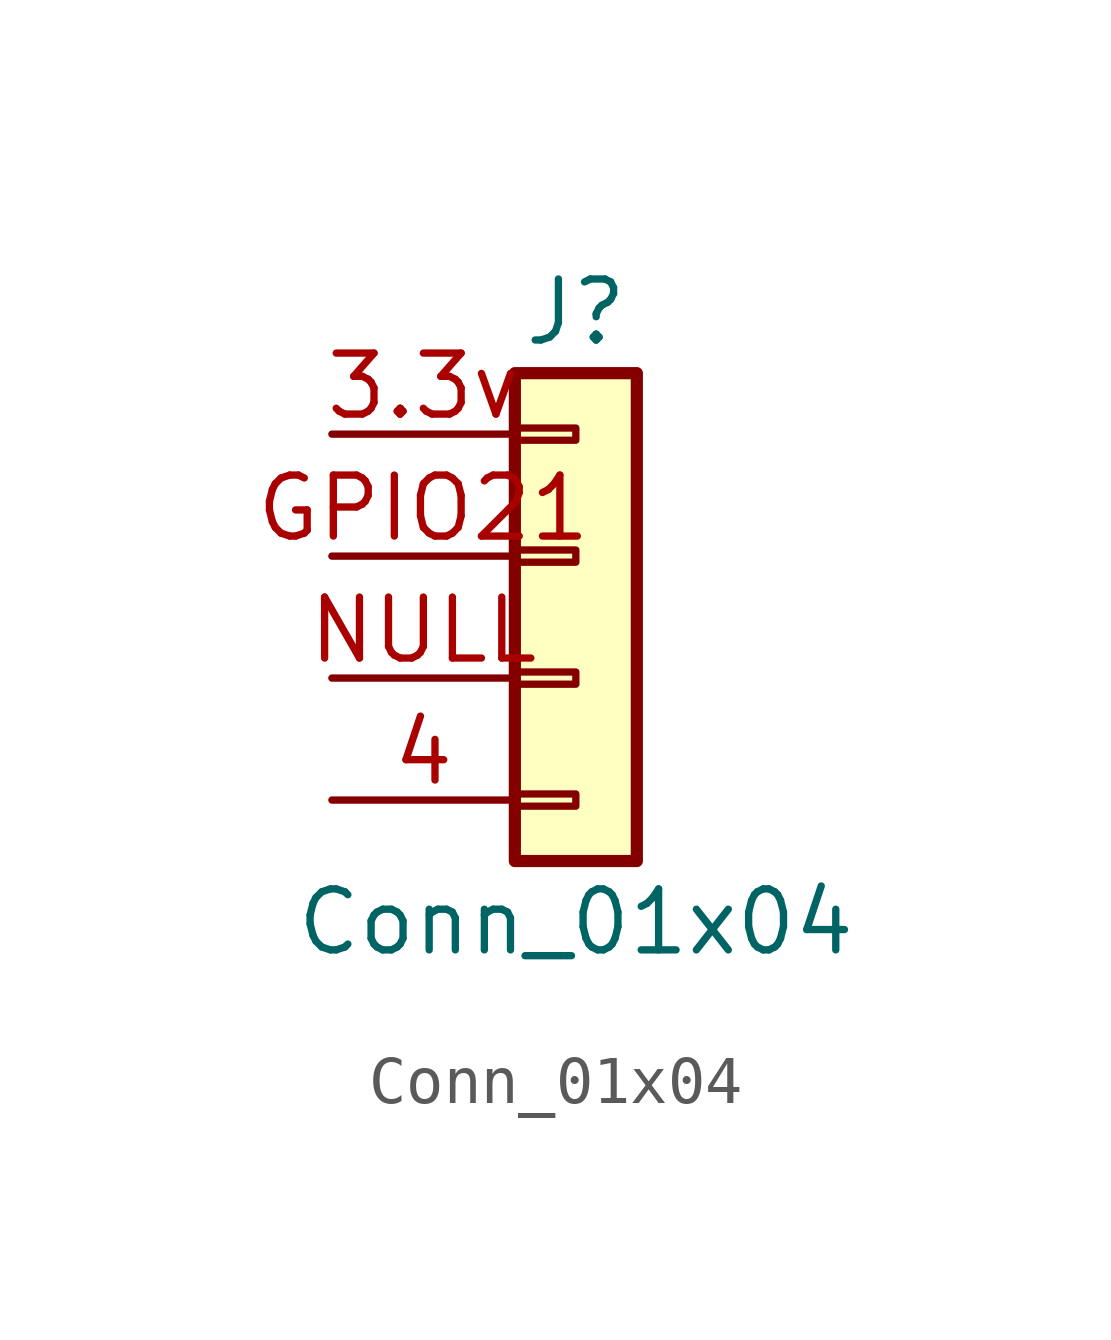
<source format=kicad_sym>
(kicad_symbol_lib
  (version 20220914)
  (generator kicad_symbol_editor)
  (symbol "Conn_01x04"
    (pin_names
      (offset 1.016) hide)
    (property "Reference" "J"
      (at 0 5.08 0)
      (effects (font (size 1.27 1.27))))
    (property "Value" "Conn_01x04"
      (at 0 -7.62 0)
      (effects (font (size 1.27 1.27))))
    (symbol "Conn_01x04_1_1"
      (rectangle (start -1.27 -4.953) (end 0 -5.207) (stroke (width 0.152) (type default)) (fill (type none)))
      (rectangle (start -1.27 -2.413) (end 0 -2.667) (stroke (width 0.152) (type default)) (fill (type none)))
      (rectangle (start -1.27 0.127) (end 0 -0.127) (stroke (width 0.152) (type default)) (fill (type none)))
      (rectangle (start -1.27 2.667) (end 0 2.413) (stroke (width 0.152) (type default)) (fill (type none)))
      (rectangle (start -1.27 3.81) (end 1.27 -6.35) (stroke (width 0.254) (type default)) (fill (type background)))
      (pin passive line (at -5.08 2.54 0) (length 3.81) (name "Pin_1" (effects (font (size 1.27 1.27)))) (number "3.3v" (effects (font (size 1.27 1.27)))))
      (pin passive line (at -5.08 -5.08 0) (length 3.81) (name "GND" (effects (font (size 1.27 1.27)))) (number "4" (effects (font (size 1.27 1.27)))))
      (pin passive line (at -5.08 0 0) (length 3.81) (name "Pin_2" (effects (font (size 1.27 1.27)))) (number "GPIO21" (effects (font (size 1.27 1.27)))))
      (pin passive line (at -5.08 -2.54 0) (length 3.81) (name "Pin_3" (effects (font (size 1.27 1.27)))) (number "NULL" (effects (font (size 1.27 1.27))))))))
</source>
